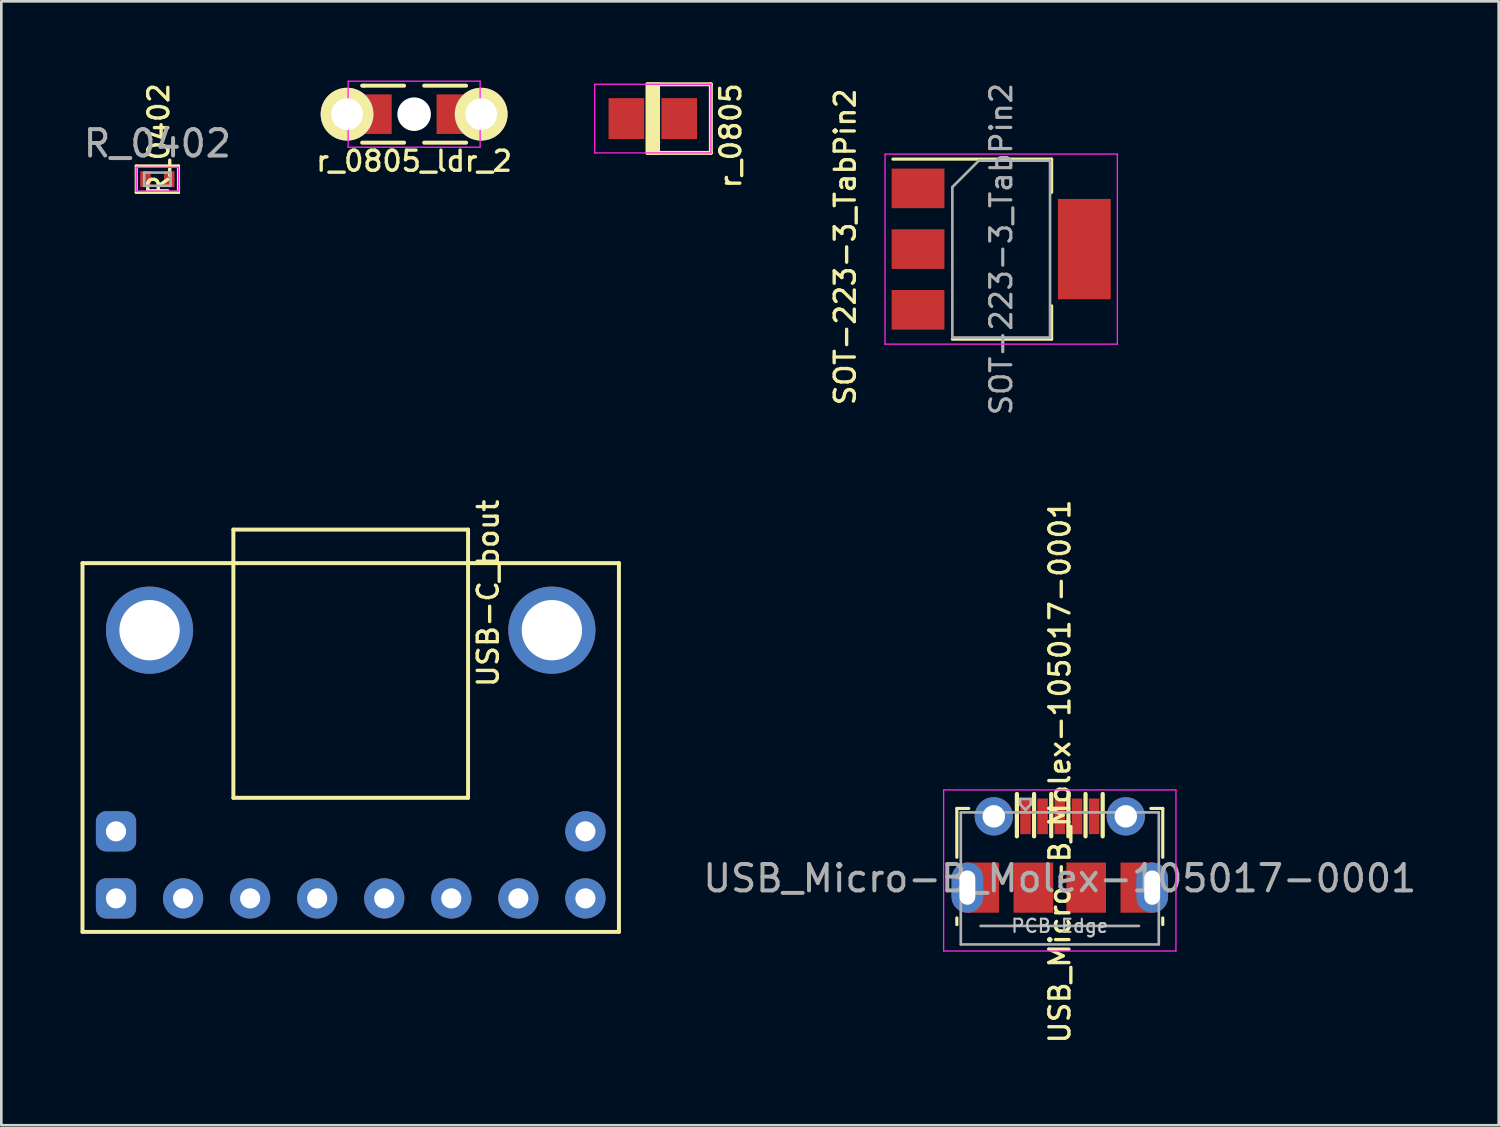
<source format=kicad_pcb>
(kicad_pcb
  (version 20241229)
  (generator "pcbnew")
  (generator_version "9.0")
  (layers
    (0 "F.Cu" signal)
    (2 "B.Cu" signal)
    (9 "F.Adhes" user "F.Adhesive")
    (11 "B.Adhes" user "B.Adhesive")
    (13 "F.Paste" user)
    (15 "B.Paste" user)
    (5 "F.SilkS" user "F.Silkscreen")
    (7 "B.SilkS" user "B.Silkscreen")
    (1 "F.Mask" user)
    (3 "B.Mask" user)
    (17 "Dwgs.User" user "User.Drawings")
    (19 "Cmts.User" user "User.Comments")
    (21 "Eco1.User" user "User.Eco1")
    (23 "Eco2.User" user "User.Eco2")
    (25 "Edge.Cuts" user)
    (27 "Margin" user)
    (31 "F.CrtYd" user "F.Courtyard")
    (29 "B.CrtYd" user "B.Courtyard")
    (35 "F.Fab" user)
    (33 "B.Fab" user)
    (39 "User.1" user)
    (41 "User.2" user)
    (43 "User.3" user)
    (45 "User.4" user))
  (footprint "USB-C_bout"
    (layer "F.Cu")
    (at 10.235 20.821)
    (property "Reference" "USB-C_bout" (at 5.207 -1.397 90) (layer "F.SilkS") (effects (font (size 0.762 0.762) (thickness 0.127))))
    (attr through_hole)
    (fp_line (start -10.16 -2.54) (end -10.16 11.43) (stroke (width 0.15) (type solid)) (layer "F.SilkS"))
    (fp_line (start -10.16 11.43) (end 10.16 11.43) (stroke (width 0.15) (type solid)) (layer "F.SilkS"))
    (fp_line (start -4.445 -3.81) (end -4.445 -2.54) (stroke (width 0.15) (type solid)) (layer "F.SilkS"))
    (fp_line (start -4.445 -3.81) (end 4.445 -3.81) (stroke (width 0.15) (type solid)) (layer "F.SilkS"))
    (fp_line (start -4.445 -2.54) (end -4.445 6.35) (stroke (width 0.15) (type solid)) (layer "F.SilkS"))
    (fp_line (start -4.445 6.35) (end 4.445 6.35) (stroke (width 0.15) (type solid)) (layer "F.SilkS"))
    (fp_line (start 4.445 -3.81) (end 4.445 -2.54) (stroke (width 0.15) (type solid)) (layer "F.SilkS"))
    (fp_line (start 4.445 6.35) (end 4.445 -2.54) (stroke (width 0.15) (type solid)) (layer "F.SilkS"))
    (fp_line (start 10.16 -2.54) (end -10.16 -2.54) (stroke (width 0.15) (type solid)) (layer "F.SilkS"))
    (fp_line (start 10.16 11.43) (end 10.16 -2.54) (stroke (width 0.15) (type solid)) (layer "F.SilkS"))
    (pad "1" thru_hole circle (at 8.89 7.62) (size 1.524 1.524) (drill 0.762) (layers "*.Cu" "*.Mask"))
    (pad "2" thru_hole circle (at 8.89 10.16) (size 1.524 1.524) (drill 0.762) (layers "*.Cu" "*.Mask"))
    (pad "3" thru_hole circle (at 6.35 10.16) (size 1.524 1.524) (drill 0.762) (layers "*.Cu" "*.Mask"))
    (pad "4" thru_hole circle (at 3.81 10.16) (size 1.524 1.524) (drill 0.762) (layers "*.Cu" "*.Mask"))
    (pad "5" thru_hole circle (at 1.27 10.16) (size 1.524 1.524) (drill 0.762) (layers "*.Cu" "*.Mask"))
    (pad "6" thru_hole circle (at -1.27 10.16) (size 1.524 1.524) (drill 0.762) (layers "*.Cu" "*.Mask"))
    (pad "7" thru_hole circle (at -3.81 10.16) (size 1.524 1.524) (drill 0.762) (layers "*.Cu" "*.Mask"))
    (pad "8" thru_hole circle (at -6.35 10.16) (size 1.524 1.524) (drill 0.762) (layers "*.Cu" "*.Mask"))
    (pad "9" thru_hole roundrect (at -8.89 10.16) (size 1.524 1.524) (drill 0.762) (layers "*.Cu" "*.Mask") (roundrect_rratio 0.25))
    (pad "10" thru_hole roundrect (at -8.89 7.62) (size 1.524 1.524) (drill 0.762) (layers "*.Cu" "*.Mask") (roundrect_rratio 0.25))
    (pad "11" thru_hole circle (at -7.62 0) (size 3.302 3.302) (drill 2.286) (layers "*.Cu" "*.Mask"))
    (pad "12" thru_hole circle (at 7.62 0) (size 3.302 3.302) (drill 2.286) (layers "*.Cu" "*.Mask")))
  (footprint "r_0805"
    (layer "F.Cu")
    (at 21.677 1.442)
    (property "Reference" "r_0805" (at 2.95 0.65 270) (layer "F.SilkS") (effects (font (size 0.762 0.762) (thickness 0.127))))
    (attr smd)
    (fp_line (start -0.2 1.3) (end -0.2 -1.3) (stroke (width 0.15) (type solid)) (layer "F.SilkS"))
    (fp_line (start -0.2 1.3) (end 2.2 1.3) (stroke (width 0.15) (type solid)) (layer "F.SilkS"))
    (fp_line (start -0.1 -1.3) (end -0.1 1.3) (stroke (width 0.15) (type solid)) (layer "F.SilkS"))
    (fp_line (start 0 -1.3) (end 0 1.3) (stroke (width 0.15) (type solid)) (layer "F.SilkS"))
    (fp_line (start 0.1 1.3) (end 0.1 -1.3) (stroke (width 0.15) (type solid)) (layer "F.SilkS"))
    (fp_line (start 0.2 -1.3) (end 0.2 1.3) (stroke (width 0.15) (type solid)) (layer "F.SilkS"))
    (fp_line (start 2.2 -1.3) (end -0.2 -1.3) (stroke (width 0.15) (type solid)) (layer "F.SilkS"))
    (fp_line (start 2.2 1.3) (end 2.2 -1.3) (stroke (width 0.15) (type solid)) (layer "F.SilkS"))
    (fp_line (start -2.2 -1.3) (end 2.2 -1.3) (stroke (width 0.05) (type solid)) (layer "F.CrtYd"))
    (fp_line (start -2.2 1.3) (end -2.2 -1.3) (stroke (width 0.05) (type solid)) (layer "F.CrtYd"))
    (fp_line (start 2.2 -1.3) (end 2.2 1.3) (stroke (width 0.05) (type solid)) (layer "F.CrtYd"))
    (fp_line (start 2.2 1.3) (end -2.2 1.3) (stroke (width 0.05) (type solid)) (layer "F.CrtYd"))
    (pad "1" smd rect (at 1 0) (size 1.35 1.55) (layers "F.Cu" "F.Mask" "F.Paste"))
    (pad "2" smd rect (at -1 0) (size 1.35 1.55) (layers "F.Cu" "F.Mask" "F.Paste")))
  (footprint "SOT-223-3_TabPin2"
    (layer "F.Cu")
    (at 34.875 6.386)
    (property "Reference" "SOT-223-3_TabPin2" (at -5.91 -0.085 270) (layer "F.SilkS") (effects (font (size 0.762 0.762) (thickness 0.127))))
    (attr smd)
    (fp_line (start -4.1 -3.41) (end 1.91 -3.41) (stroke (width 0.12) (type solid)) (layer "F.SilkS"))
    (fp_line (start -1.85 3.41) (end 1.91 3.41) (stroke (width 0.12) (type solid)) (layer "F.SilkS"))
    (fp_line (start 1.91 -3.41) (end 1.91 -2.15) (stroke (width 0.12) (type solid)) (layer "F.SilkS"))
    (fp_line (start 1.91 3.41) (end 1.91 2.15) (stroke (width 0.12) (type solid)) (layer "F.SilkS"))
    (fp_line (start -4.4 -3.6) (end -4.4 3.6) (stroke (width 0.05) (type solid)) (layer "F.CrtYd"))
    (fp_line (start -4.4 3.6) (end 4.4 3.6) (stroke (width 0.05) (type solid)) (layer "F.CrtYd"))
    (fp_line (start 4.4 -3.6) (end -4.4 -3.6) (stroke (width 0.05) (type solid)) (layer "F.CrtYd"))
    (fp_line (start 4.4 3.6) (end 4.4 -3.6) (stroke (width 0.05) (type solid)) (layer "F.CrtYd"))
    (fp_line (start -1.85 -2.35) (end -1.85 3.35) (stroke (width 0.1) (type solid)) (layer "F.Fab"))
    (fp_line (start -1.85 -2.35) (end -0.85 -3.35) (stroke (width 0.1) (type solid)) (layer "F.Fab"))
    (fp_line (start -1.85 3.35) (end 1.85 3.35) (stroke (width 0.1) (type solid)) (layer "F.Fab"))
    (fp_line (start -0.85 -3.35) (end 1.85 -3.35) (stroke (width 0.1) (type solid)) (layer "F.Fab"))
    (fp_line (start 1.85 -3.35) (end 1.85 3.35) (stroke (width 0.1) (type solid)) (layer "F.Fab"))
    (fp_text user "${REFERENCE}" (at 0 0 90) (layer "F.Fab") (effects (font (size 0.8 0.8) (thickness 0.12))))
    (pad "1" smd rect (at -3.15 -2.3) (size 2 1.5) (layers "F.Cu" "F.Mask" "F.Paste"))
    (pad "2" smd rect (at -3.15 0) (size 2 1.5) (layers "F.Cu" "F.Mask" "F.Paste"))
    (pad "2" smd rect (at 3.15 0) (size 2 3.8) (layers "F.Cu" "F.Mask" "F.Paste"))
    (pad "3" smd rect (at -3.15 2.3) (size 2 1.5) (layers "F.Cu" "F.Mask" "F.Paste")))
  (footprint "r_0805_ldr_2"
    (layer "F.Cu")
    (at 12.637 1.275)
    (property "Reference" "r_0805_ldr_2" (at 0 1.778 180) (layer "F.SilkS") (effects (font (size 0.762 0.762) (thickness 0.127))))
    (attr smd)
    (fp_line (start -1.968 1.079) (end -0.381 1.079) (stroke (width 0.152) (type solid)) (layer "F.SilkS"))
    (fp_line (start -1.905 -1.079) (end -1.968 -1.079) (stroke (width 0.152) (type solid)) (layer "F.SilkS"))
    (fp_line (start -0.381 -1.079) (end -1.905 -1.079) (stroke (width 0.152) (type solid)) (layer "F.SilkS"))
    (fp_line (start 0.381 1.079) (end 1.968 1.079) (stroke (width 0.152) (type solid)) (layer "F.SilkS"))
    (fp_line (start 1.968 -1.079) (end 0.381 -1.079) (stroke (width 0.152) (type solid)) (layer "F.SilkS"))
    (fp_line (start -2.5 -1.25) (end -2.5 1.25) (stroke (width 0.05) (type solid)) (layer "F.CrtYd"))
    (fp_line (start -2.5 1.25) (end 2.5 1.25) (stroke (width 0.05) (type solid)) (layer "F.CrtYd"))
    (fp_line (start 2.5 -1.25) (end -2.5 -1.25) (stroke (width 0.05) (type solid)) (layer "F.CrtYd"))
    (fp_line (start 2.5 1.25) (end 2.5 -1.25) (stroke (width 0.05) (type solid)) (layer "F.CrtYd"))
    (pad "" np_thru_hole circle (at 0 0) (size 1.27 1.27) (drill 1.27) (layers "*.Cu" "*.Mask"))
    (pad "1" smd rect (at 1.5 0) (size 1.3 1.499) (layers "F.Cu" "F.Mask" "F.Paste"))
    (pad "1" thru_hole circle (at 2.54 0) (size 2 2) (drill 1.2) (layers "*.Cu" "*.Mask" "F.SilkS"))
    (pad "2" thru_hole circle (at -2.54 0) (size 2 2) (drill 1.2) (layers "*.Cu" "*.Mask" "F.SilkS"))
    (pad "2" smd rect (at -1.5 0) (size 1.3 1.499) (layers "F.Cu" "F.Mask" "F.Paste")))
  (footprint "USB_Micro-B_Molex-105017-0001"
    (layer "F.Cu")
    (at 37.095 30.223)
    (property "Reference" "USB_Micro-B_Molex-105017-0001" (at 0 -4.05 270) (layer "F.SilkS") (effects (font (size 0.762 0.762) (thickness 0.127))))
    (attr smd)
    (fp_line (start -3.9 -2.65) (end -3.45 -2.65) (stroke (width 0.12) (type solid)) (layer "F.SilkS"))
    (fp_line (start -3.9 -0.8) (end -3.9 -2.65) (stroke (width 0.12) (type solid)) (layer "F.SilkS"))
    (fp_line (start -3.9 1.75) (end -3.9 1.5) (stroke (width 0.12) (type solid)) (layer "F.SilkS"))
    (fp_line (start 3.9 -2.65) (end 3.45 -2.65) (stroke (width 0.12) (type solid)) (layer "F.SilkS"))
    (fp_line (start 3.9 -0.8) (end 3.9 -2.65) (stroke (width 0.12) (type solid)) (layer "F.SilkS"))
    (fp_line (start 3.9 1.75) (end 3.9 1.5) (stroke (width 0.12) (type solid)) (layer "F.SilkS"))
    (fp_poly (pts (xy -1.63 -3.2) (xy -1.62 -3.2) (xy -1.62 -1.59) (xy -1.63 -1.59)) (stroke (width 0.15) (type solid)) (fill yes) (layer "F.SilkS"))
    (fp_poly (pts (xy -0.98 -3.2) (xy -0.97 -3.2) (xy -0.97 -1.59) (xy -0.98 -1.59)) (stroke (width 0.15) (type solid)) (fill yes) (layer "F.SilkS"))
    (fp_poly (pts (xy -0.33 -3.2) (xy -0.32 -3.2) (xy -0.32 -1.59) (xy -0.33 -1.59)) (stroke (width 0.15) (type solid)) (fill yes) (layer "F.SilkS"))
    (fp_poly (pts (xy 0.32 -3.2) (xy 0.33 -3.2) (xy 0.33 -1.59) (xy 0.32 -1.59)) (stroke (width 0.15) (type solid)) (fill yes) (layer "F.SilkS"))
    (fp_poly (pts (xy 0.97 -3.2) (xy 0.98 -3.2) (xy 0.98 -1.59) (xy 0.97 -1.59)) (stroke (width 0.15) (type solid)) (fill yes) (layer "F.SilkS"))
    (fp_poly (pts (xy 1.62 -3.2) (xy 1.63 -3.2) (xy 1.63 -1.59) (xy 1.62 -1.59)) (stroke (width 0.15) (type solid)) (fill yes) (layer "F.SilkS"))
    (fp_line (start -4.4 -3.35) (end 4.4 -3.35) (stroke (width 0.05) (type solid)) (layer "F.CrtYd"))
    (fp_line (start -4.4 2.75) (end -4.4 -3.35) (stroke (width 0.05) (type solid)) (layer "F.CrtYd"))
    (fp_line (start -4.4 2.75) (end 4.4 2.75) (stroke (width 0.05) (type solid)) (layer "F.CrtYd"))
    (fp_line (start 4.4 -3.35) (end 4.4 2.75) (stroke (width 0.05) (type solid)) (layer "F.CrtYd"))
    (fp_line (start -3.75 -2.5) (end 3.75 -2.5) (stroke (width 0.1) (type solid)) (layer "F.Fab"))
    (fp_line (start -3.75 2.5) (end -3.75 -2.5) (stroke (width 0.1) (type solid)) (layer "F.Fab"))
    (fp_line (start -3.75 2.502) (end 3.75 2.502) (stroke (width 0.1) (type solid)) (layer "F.Fab"))
    (fp_line (start -3 1.802) (end 3 1.802) (stroke (width 0.1) (type solid)) (layer "F.Fab"))
    (fp_line (start -1.5 -3.01) (end -1.5 -2.8) (stroke (width 0.1) (type solid)) (layer "F.Fab"))
    (fp_line (start -1.5 -3.01) (end -1.1 -3.01) (stroke (width 0.1) (type solid)) (layer "F.Fab"))
    (fp_line (start -1.3 -2.6) (end -1.5 -2.8) (stroke (width 0.1) (type solid)) (layer "F.Fab"))
    (fp_line (start -1.1 -3.01) (end -1.1 -2.8) (stroke (width 0.1) (type solid)) (layer "F.Fab"))
    (fp_line (start -1.1 -2.8) (end -1.3 -2.6) (stroke (width 0.1) (type solid)) (layer "F.Fab"))
    (fp_line (start 3.75 2.5) (end 3.75 -2.5) (stroke (width 0.1) (type solid)) (layer "F.Fab"))
    (fp_text user "PCB Edge" (at 0 1.8 0) (layer "Dwgs.User") (effects (font (size 0.5 0.5) (thickness 0.08))))
    (fp_text user "${REFERENCE}" (at 0 0 0) (layer "F.Fab") (effects (font (size 1 1) (thickness 0.15))))
    (pad "1" smd rect (at -1.3 -2.35) (size 0.4 1.35) (layers "F.Cu" "F.Mask" "F.Paste"))
    (pad "2" smd rect (at -0.65 -2.35) (size 0.4 1.35) (layers "F.Cu" "F.Mask" "F.Paste"))
    (pad "3" smd rect (at 0 -2.35) (size 0.4 1.35) (layers "F.Cu" "F.Mask" "F.Paste"))
    (pad "4" smd rect (at 0.65 -2.35) (size 0.4 1.35) (layers "F.Cu" "F.Mask" "F.Paste"))
    (pad "5" smd rect (at 1.3 -2.35) (size 0.4 1.35) (layers "F.Cu" "F.Mask" "F.Paste"))
    (pad "6" thru_hole oval (at -3.5 0.35 180) (size 1.2 1.9) (drill oval 0.6 1.3) (layers "*.Cu" "*.Mask"))
    (pad "6" smd rect (at -2.9 0.35) (size 1.2 1.9) (layers "F.Cu" "F.Mask"))
    (pad "6" thru_hole circle (at -2.5 -2.35) (size 1.45 1.45) (drill 0.85) (layers "*.Cu" "*.Mask"))
    (pad "6" smd rect (at -1 0.35) (size 1.5 1.9) (layers "F.Cu" "F.Mask" "F.Paste"))
    (pad "6" smd rect (at 1 0.35) (size 1.5 1.9) (layers "F.Cu" "F.Mask" "F.Paste"))
    (pad "6" thru_hole circle (at 2.5 -2.35) (size 1.45 1.45) (drill 0.85) (layers "*.Cu" "*.Mask"))
    (pad "6" smd rect (at 2.9 0.35) (size 1.2 1.9) (layers "F.Cu" "F.Mask"))
    (pad "6" thru_hole oval (at 3.5 0.35) (size 1.2 1.9) (drill oval 0.6 1.3) (layers "*.Cu" "*.Mask")))
  (footprint "R_0402"
    (layer "F.Cu")
    (at 2.911 3.737)
    (property "Reference" "R_0402" (at 0.05 -1.5 270) (layer "F.SilkS") (effects (font (size 0.762 0.762) (thickness 0.127))))
    (attr smd)
    (fp_line (start -0.8 -0.5) (end -0.8 0.5) (stroke (width 0.12) (type solid)) (layer "F.SilkS"))
    (fp_line (start -0.8 0.5) (end 0.8 0.5) (stroke (width 0.12) (type solid)) (layer "F.SilkS"))
    (fp_line (start 0.8 -0.5) (end -0.8 -0.5) (stroke (width 0.12) (type solid)) (layer "F.SilkS"))
    (fp_line (start 0.8 -0.5) (end 0.8 0.5) (stroke (width 0.12) (type solid)) (layer "F.SilkS"))
    (fp_line (start -0.8 -0.45) (end -0.8 0.45) (stroke (width 0.05) (type solid)) (layer "F.CrtYd"))
    (fp_line (start -0.8 -0.45) (end 0.8 -0.45) (stroke (width 0.05) (type solid)) (layer "F.CrtYd"))
    (fp_line (start 0.8 0.45) (end -0.8 0.45) (stroke (width 0.05) (type solid)) (layer "F.CrtYd"))
    (fp_line (start 0.8 0.45) (end 0.8 -0.45) (stroke (width 0.05) (type solid)) (layer "F.CrtYd"))
    (fp_line (start -0.5 -0.25) (end 0.5 -0.25) (stroke (width 0.1) (type solid)) (layer "F.Fab"))
    (fp_line (start -0.5 0.25) (end -0.5 -0.25) (stroke (width 0.1) (type solid)) (layer "F.Fab"))
    (fp_line (start 0.5 -0.25) (end 0.5 0.25) (stroke (width 0.1) (type solid)) (layer "F.Fab"))
    (fp_line (start 0.5 0.25) (end -0.5 0.25) (stroke (width 0.1) (type solid)) (layer "F.Fab"))
    (fp_text user "${REFERENCE}" (at 0 -1.35 0) (layer "F.Fab") (effects (font (size 1 1) (thickness 0.15))))
    (pad "1" smd rect (at -0.45 0) (size 0.4 0.6) (layers "F.Cu" "F.Mask" "F.Paste"))
    (pad "2" smd rect (at 0.45 0) (size 0.4 0.6) (layers "F.Cu" "F.Mask" "F.Paste")))
  (gr_rect
    (start -3 -3)
    (end 53.72 39.574)
    (stroke (width 0.1) (type default))
    (fill no)
    (layer "Edge.Cuts")))
</source>
